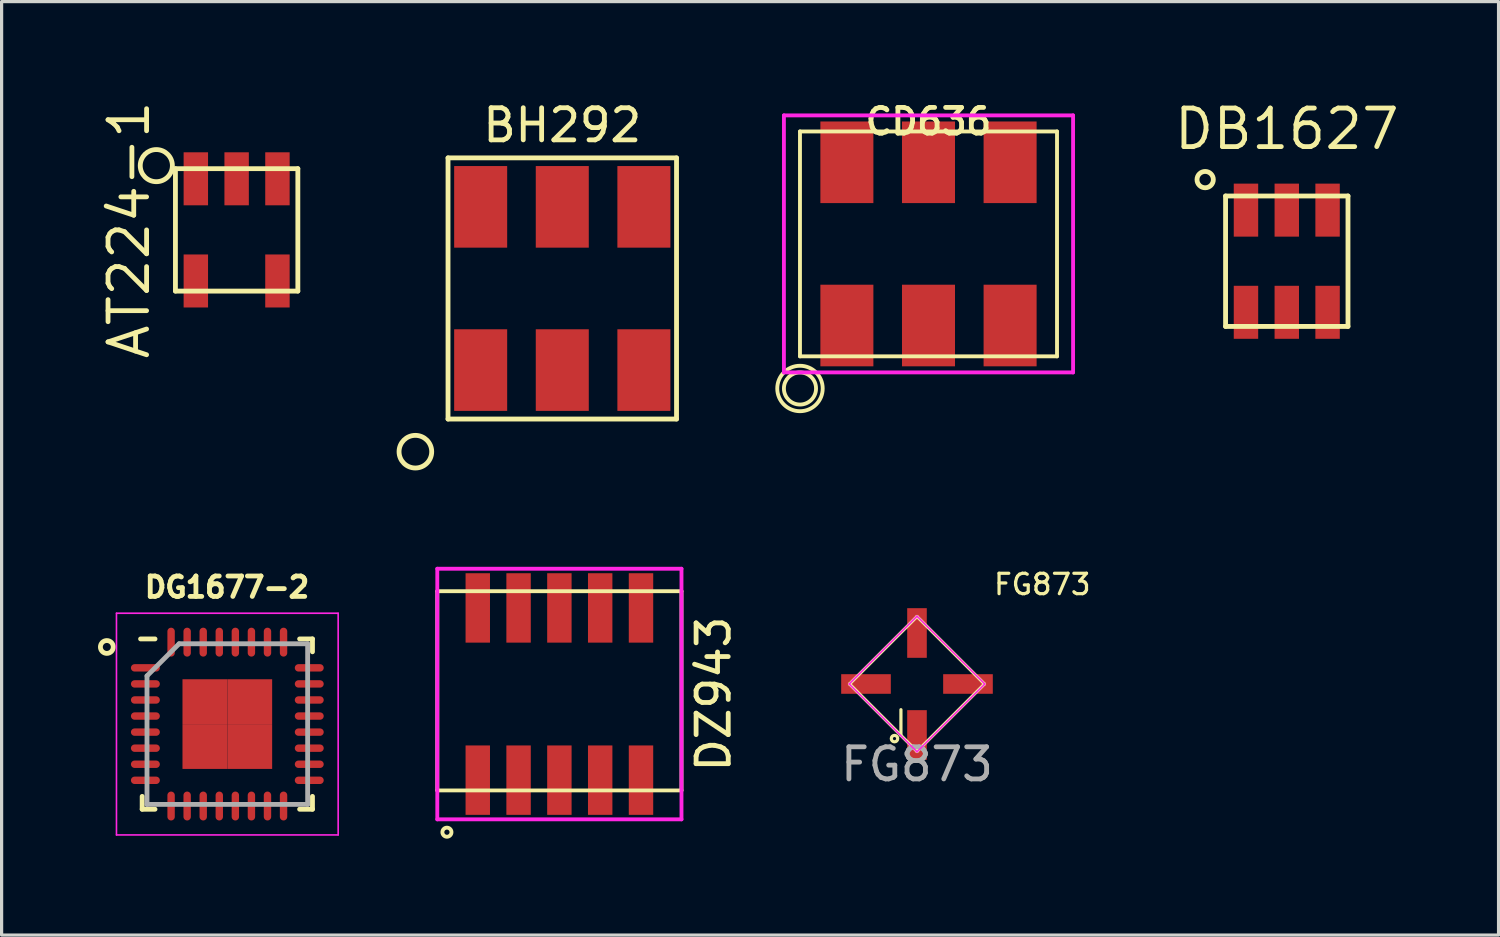
<source format=kicad_pcb>
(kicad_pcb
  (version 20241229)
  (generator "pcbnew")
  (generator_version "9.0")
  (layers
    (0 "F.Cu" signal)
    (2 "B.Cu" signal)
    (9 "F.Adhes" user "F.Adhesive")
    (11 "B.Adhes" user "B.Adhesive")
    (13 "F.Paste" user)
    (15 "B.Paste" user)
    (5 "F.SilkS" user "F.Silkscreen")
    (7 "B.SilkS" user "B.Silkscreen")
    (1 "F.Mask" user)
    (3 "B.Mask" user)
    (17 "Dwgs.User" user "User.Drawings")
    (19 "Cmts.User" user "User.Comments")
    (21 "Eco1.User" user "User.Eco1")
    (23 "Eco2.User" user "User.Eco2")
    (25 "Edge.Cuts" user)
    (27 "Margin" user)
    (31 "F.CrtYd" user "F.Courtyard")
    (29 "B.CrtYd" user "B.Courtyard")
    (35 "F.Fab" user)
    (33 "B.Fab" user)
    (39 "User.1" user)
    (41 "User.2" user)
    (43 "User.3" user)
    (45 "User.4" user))
  (footprint "DZ943"
    (layer "F.Cu")
    (at 14.36 18.551)
    (property "Reference" "DZ943" (at 4.8 0 90) (layer "F.SilkS") (effects (font (size 1 1) (thickness 0.15))))
    (attr through_hole)
    (fp_line (start -3.8 -3.2) (end 3.8 -3.2) (stroke (width 0.12) (type solid)) (layer "F.SilkS"))
    (fp_line (start -3.8 3) (end -3.8 -3.2) (stroke (width 0.12) (type solid)) (layer "F.SilkS"))
    (fp_line (start 3.8 -3.2) (end 3.8 3) (stroke (width 0.12) (type solid)) (layer "F.SilkS"))
    (fp_line (start 3.8 3) (end -3.8 3) (stroke (width 0.12) (type solid)) (layer "F.SilkS"))
    (fp_circle (center -3.5 4.3) (end -3.4 4.2) (stroke (width 0.12) (type solid)) (fill no) (layer "F.SilkS"))
    (fp_line (start -3.8 -3.9) (end 3.8 -3.9) (stroke (width 0.12) (type solid)) (layer "F.CrtYd"))
    (fp_line (start -3.8 3.9) (end -3.8 -3.9) (stroke (width 0.12) (type solid)) (layer "F.CrtYd"))
    (fp_line (start 3.8 -3.9) (end 3.8 3.9) (stroke (width 0.12) (type solid)) (layer "F.CrtYd"))
    (fp_line (start 3.8 3.9) (end -3.8 3.9) (stroke (width 0.12) (type solid)) (layer "F.CrtYd"))
    (pad "1" smd rect (at -2.54 2.68) (size 0.76 2.16) (layers "F.Cu" "F.Mask" "F.Paste"))
    (pad "2" smd rect (at -1.27 2.68) (size 0.76 2.16) (layers "F.Cu" "F.Mask" "F.Paste"))
    (pad "3" smd rect (at 0 2.68) (size 0.76 2.16) (layers "F.Cu" "F.Mask" "F.Paste"))
    (pad "4" smd rect (at 1.27 2.68) (size 0.76 2.16) (layers "F.Cu" "F.Mask" "F.Paste"))
    (pad "5" smd rect (at 2.54 2.68) (size 0.76 2.16) (layers "F.Cu" "F.Mask" "F.Paste"))
    (pad "6" smd rect (at 2.54 -2.68) (size 0.76 2.16) (layers "F.Cu" "F.Mask" "F.Paste"))
    (pad "7" smd rect (at 1.27 -2.68) (size 0.76 2.16) (layers "F.Cu" "F.Mask" "F.Paste"))
    (pad "8" smd rect (at 0 -2.68) (size 0.76 2.16) (layers "F.Cu" "F.Mask" "F.Paste"))
    (pad "9" smd rect (at -1.27 -2.68) (size 0.76 2.16) (layers "F.Cu" "F.Mask" "F.Paste"))
    (pad "10" smd rect (at -2.54 -2.68) (size 0.76 2.16) (layers "F.Cu" "F.Mask" "F.Paste")))
  (footprint "FG873"
    (layer "F.Cu")
    (at 25.49 18.238)
    (property "Reference" "FG873" (at 3.9 -3.1 0) (unlocked yes) (layer "F.SilkS") (effects (font (size 0.635 0.635) (thickness 0.1))))
    (attr smd)
    (fp_line (start -2.1 0) (end 0 2.1) (stroke (width 0.1) (type default)) (layer "F.SilkS"))
    (fp_line (start -0.5 1.6) (end -0.5 0.8) (stroke (width 0.1) (type default)) (layer "F.SilkS"))
    (fp_line (start 0 -2.1) (end -2.1 0) (stroke (width 0.1) (type default)) (layer "F.SilkS"))
    (fp_line (start 0 2.1) (end 2.1 0) (stroke (width 0.1) (type default)) (layer "F.SilkS"))
    (fp_line (start 2.1 0) (end 0 -2.1) (stroke (width 0.1) (type default)) (layer "F.SilkS"))
    (fp_circle (center -0.7 1.7) (end -0.6 1.7) (stroke (width 0.1) (type default)) (fill no) (layer "F.SilkS"))
    (fp_line (start -2.111 0) (end 0 -2.111) (stroke (width 0.05) (type solid)) (layer "F.CrtYd"))
    (fp_line (start 0 -2.111) (end 2.111 0) (stroke (width 0.05) (type default)) (layer "F.CrtYd"))
    (fp_line (start 0 2.111) (end -2.111 0) (stroke (width 0.05) (type default)) (layer "F.CrtYd"))
    (fp_line (start 2.111 0) (end 0 2.111) (stroke (width 0.05) (type solid)) (layer "F.CrtYd"))
    (fp_text user "${REFERENCE}" (at 0 2.5 0) (unlocked yes) (layer "F.Fab") (effects (font (size 1 1) (thickness 0.15))))
    (pad "1" smd rect (at 0 1.587) (size 0.61 1.545) (layers "F.Cu" "F.Mask" "F.Paste"))
    (pad "2" smd rect (at 1.587 0 90) (size 0.61 1.545) (layers "F.Cu" "F.Mask" "F.Paste"))
    (pad "3" smd rect (at 0 -1.587) (size 0.61 1.545) (layers "F.Cu" "F.Mask" "F.Paste"))
    (pad "4" smd rect (at -1.587 0 90) (size 0.61 1.545) (layers "F.Cu" "F.Mask" "F.Paste")))
  (footprint "DG1677-2"
    (layer "F.Cu")
    (at 4.025 19.486)
    (property "Reference" "DG1677-2" (at -0.01 -4.26 0) (layer "F.SilkS") (effects (font (size 0.635 0.635) (thickness 0.15))))
    (attr through_hole)
    (fp_line (start -2.65 2.65) (end -2.65 2.25) (stroke (width 0.15) (type default)) (layer "F.SilkS"))
    (fp_line (start -2.25 -2.65) (end -2.7 -2.65) (stroke (width 0.15) (type default)) (layer "F.SilkS"))
    (fp_line (start -2.25 2.65) (end -2.65 2.65) (stroke (width 0.15) (type default)) (layer "F.SilkS"))
    (fp_line (start 2.25 -2.65) (end 2.65 -2.65) (stroke (width 0.15) (type default)) (layer "F.SilkS"))
    (fp_line (start 2.25 2.65) (end 2.65 2.65) (stroke (width 0.15) (type default)) (layer "F.SilkS"))
    (fp_line (start 2.65 -2.65) (end 2.65 -2.25) (stroke (width 0.15) (type default)) (layer "F.SilkS"))
    (fp_line (start 2.65 2.65) (end 2.65 2.25) (stroke (width 0.15) (type default)) (layer "F.SilkS"))
    (fp_circle (center -3.75 -2.4) (end -3.75 -2.2) (stroke (width 0.15) (type default)) (fill no) (layer "F.SilkS"))
    (fp_line (start -3.45 -3.45) (end 3.45 -3.45) (stroke (width 0.05) (type default)) (layer "F.CrtYd"))
    (fp_line (start -3.45 3.45) (end -3.45 -3.45) (stroke (width 0.05) (type default)) (layer "F.CrtYd"))
    (fp_line (start 3.45 -3.45) (end 3.45 3.45) (stroke (width 0.05) (type default)) (layer "F.CrtYd"))
    (fp_line (start 3.45 3.45) (end -3.45 3.45) (stroke (width 0.05) (type default)) (layer "F.CrtYd"))
    (fp_line (start -2.5 -1.5) (end -2.5 2.5) (stroke (width 0.15) (type default)) (layer "F.Fab"))
    (fp_line (start -2.5 2.5) (end 2.5 2.5) (stroke (width 0.15) (type default)) (layer "F.Fab"))
    (fp_line (start -1.5 -2.5) (end -2.5 -1.5) (stroke (width 0.15) (type default)) (layer "F.Fab"))
    (fp_line (start 2.5 -2.5) (end -1.5 -2.5) (stroke (width 0.15) (type default)) (layer "F.Fab"))
    (fp_line (start 2.5 2.5) (end 2.5 -2.5) (stroke (width 0.15) (type default)) (layer "F.Fab"))
    (pad "1" smd oval (at -2.55 -1.75 90) (size 0.23 0.9) (layers "F.Cu" "F.Mask" "F.Paste"))
    (pad "2" smd oval (at -2.55 -1.25 90) (size 0.23 0.9) (layers "F.Cu" "F.Mask" "F.Paste"))
    (pad "3" smd oval (at -2.55 -0.75 90) (size 0.23 0.9) (layers "F.Cu" "F.Mask" "F.Paste"))
    (pad "4" smd oval (at -2.55 -0.25 90) (size 0.23 0.9) (layers "F.Cu" "F.Mask" "F.Paste"))
    (pad "5" smd oval (at -2.55 0.25 90) (size 0.23 0.9) (layers "F.Cu" "F.Mask" "F.Paste"))
    (pad "6" smd oval (at -2.55 0.75 90) (size 0.23 0.9) (layers "F.Cu" "F.Mask" "F.Paste"))
    (pad "7" smd oval (at -2.55 1.25 90) (size 0.23 0.9) (layers "F.Cu" "F.Mask" "F.Paste"))
    (pad "8" smd oval (at -2.55 1.75 90) (size 0.23 0.9) (layers "F.Cu" "F.Mask" "F.Paste"))
    (pad "9" smd oval (at -1.75 2.55) (size 0.23 0.9) (layers "F.Cu" "F.Mask" "F.Paste"))
    (pad "10" smd oval (at -1.25 2.55) (size 0.23 0.9) (layers "F.Cu" "F.Mask" "F.Paste"))
    (pad "11" smd oval (at -0.75 2.55) (size 0.23 0.9) (layers "F.Cu" "F.Mask" "F.Paste"))
    (pad "12" smd oval (at -0.25 2.55) (size 0.23 0.9) (layers "F.Cu" "F.Mask" "F.Paste"))
    (pad "13" smd oval (at 0.25 2.55) (size 0.23 0.9) (layers "F.Cu" "F.Mask" "F.Paste"))
    (pad "14" smd oval (at 0.75 2.55) (size 0.23 0.9) (layers "F.Cu" "F.Mask" "F.Paste"))
    (pad "15" smd oval (at 1.25 2.55) (size 0.23 0.9) (layers "F.Cu" "F.Mask" "F.Paste"))
    (pad "16" smd oval (at 1.75 2.55) (size 0.23 0.9) (layers "F.Cu" "F.Mask" "F.Paste"))
    (pad "17" smd oval (at 2.55 1.75 90) (size 0.23 0.9) (layers "F.Cu" "F.Mask" "F.Paste"))
    (pad "18" smd oval (at 2.55 1.25 90) (size 0.23 0.9) (layers "F.Cu" "F.Mask" "F.Paste"))
    (pad "19" smd oval (at 2.55 0.75 90) (size 0.23 0.9) (layers "F.Cu" "F.Mask" "F.Paste"))
    (pad "20" smd oval (at 2.55 0.25 90) (size 0.23 0.9) (layers "F.Cu" "F.Mask" "F.Paste"))
    (pad "21" smd oval (at 2.55 -0.25 90) (size 0.23 0.9) (layers "F.Cu" "F.Mask" "F.Paste"))
    (pad "22" smd oval (at 2.55 -0.75 90) (size 0.23 0.9) (layers "F.Cu" "F.Mask" "F.Paste"))
    (pad "23" smd oval (at 2.55 -1.25 90) (size 0.23 0.9) (layers "F.Cu" "F.Mask" "F.Paste"))
    (pad "24" smd oval (at 2.55 -1.75 90) (size 0.23 0.9) (layers "F.Cu" "F.Mask" "F.Paste"))
    (pad "25" smd oval (at 1.75 -2.55) (size 0.23 0.9) (layers "F.Cu" "F.Mask" "F.Paste"))
    (pad "26" smd oval (at 1.25 -2.55) (size 0.23 0.9) (layers "F.Cu" "F.Mask" "F.Paste"))
    (pad "27" smd oval (at 0.75 -2.55) (size 0.23 0.9) (layers "F.Cu" "F.Mask" "F.Paste"))
    (pad "28" smd oval (at 0.25 -2.55) (size 0.23 0.9) (layers "F.Cu" "F.Mask" "F.Paste"))
    (pad "29" smd oval (at -0.25 -2.55) (size 0.23 0.9) (layers "F.Cu" "F.Mask" "F.Paste"))
    (pad "30" smd oval (at -0.75 -2.55) (size 0.23 0.9) (layers "F.Cu" "F.Mask" "F.Paste"))
    (pad "31" smd oval (at -1.25 -2.55) (size 0.23 0.9) (layers "F.Cu" "F.Mask" "F.Paste"))
    (pad "32" smd oval (at -1.75 -2.55) (size 0.23 0.9) (layers "F.Cu" "F.Mask" "F.Paste"))
    (pad "33" smd rect (at -0.698 -0.698) (size 1.395 1.395) (layers "F.Cu" "F.Mask" "F.Paste"))
    (pad "33" smd rect (at -0.698 0.698) (size 1.395 1.395) (layers "F.Cu" "F.Mask" "F.Paste"))
    (pad "33" smd rect (at 0.698 -0.698) (size 1.395 1.395) (layers "F.Cu" "F.Mask" "F.Paste"))
    (pad "33" smd rect (at 0.698 0.698) (size 1.395 1.395) (layers "F.Cu" "F.Mask" "F.Paste")))
  (footprint "AT224-1"
    (layer "F.Cu")
    (at 4.315 4.105)
    (property "Reference" "AT224-1" (at -3.35 0 90) (layer "F.SilkS") (effects (font (size 1.2 1.2) (thickness 0.15))))
    (attr smd)
    (fp_line (start -1.905 -1.905) (end 1.905 -1.905) (stroke (width 0.15) (type solid)) (layer "F.SilkS"))
    (fp_line (start -1.905 1.905) (end -1.905 -1.905) (stroke (width 0.15) (type solid)) (layer "F.SilkS"))
    (fp_line (start 1.905 -1.905) (end 1.905 1.905) (stroke (width 0.15) (type solid)) (layer "F.SilkS"))
    (fp_line (start 1.905 1.905) (end -1.905 1.905) (stroke (width 0.15) (type solid)) (layer "F.SilkS"))
    (fp_circle (center -2.5 -2) (end -2.5 -1.5) (stroke (width 0.15) (type solid)) (fill no) (layer "F.SilkS"))
    (pad "1" smd rect (at -1.27 -1.59) (size 0.76 1.65) (layers "F.Cu" "F.Mask" "F.Paste"))
    (pad "2" smd rect (at 0 -1.59) (size 0.76 1.65) (layers "F.Cu" "F.Mask" "F.Paste"))
    (pad "3" smd rect (at 1.27 -1.59) (size 0.76 1.65) (layers "F.Cu" "F.Mask" "F.Paste"))
    (pad "4" smd rect (at 1.27 1.59) (size 0.76 1.65) (layers "F.Cu" "F.Mask" "F.Paste"))
    (pad "6" smd rect (at -1.27 1.59) (size 0.76 1.65) (layers "F.Cu" "F.Mask" "F.Paste")))
  (footprint "DB1627"
    (layer "F.Cu")
    (at 36.999 5.08)
    (property "Reference" "DB1627" (at 0 -4.115 180) (layer "F.SilkS") (effects (font (size 1.2 1.2) (thickness 0.15))))
    (attr through_hole)
    (fp_line (start -1.905 -2.03) (end 1.905 -2.03) (stroke (width 0.15) (type solid)) (layer "F.SilkS"))
    (fp_line (start -1.905 2.03) (end -1.905 -2.03) (stroke (width 0.15) (type solid)) (layer "F.SilkS"))
    (fp_line (start 1.905 -2.03) (end 1.905 2.03) (stroke (width 0.15) (type solid)) (layer "F.SilkS"))
    (fp_line (start 1.905 2.03) (end -1.905 2.03) (stroke (width 0.15) (type solid)) (layer "F.SilkS"))
    (fp_circle (center -2.54 -2.54) (end -2.286 -2.54) (stroke (width 0.15) (type solid)) (fill no) (layer "F.SilkS"))
    (pad "1" smd rect (at -1.27 -1.59) (size 0.76 1.65) (layers "F.Cu" "F.Mask" "F.Paste"))
    (pad "2" smd rect (at 0 -1.59) (size 0.76 1.65) (layers "F.Cu" "F.Mask" "F.Paste"))
    (pad "3" smd rect (at 1.27 -1.59) (size 0.76 1.65) (layers "F.Cu" "F.Mask" "F.Paste"))
    (pad "4" smd rect (at 1.27 1.59) (size 0.76 1.65) (layers "F.Cu" "F.Mask" "F.Paste"))
    (pad "5" smd rect (at 0 1.59) (size 0.76 1.65) (layers "F.Cu" "F.Mask" "F.Paste"))
    (pad "6" smd rect (at -1.27 1.59) (size 0.76 1.65) (layers "F.Cu" "F.Mask" "F.Paste")))
  (footprint "CD636"
    (layer "F.Cu")
    (at 25.848 4.541)
    (property "Reference" "CD636" (at 0 -3.81 0) (layer "F.SilkS") (effects (font (size 0.8 0.8) (thickness 0.15))))
    (attr through_hole)
    (fp_line (start -4 -3.5) (end 4 -3.5) (stroke (width 0.12) (type solid)) (layer "F.SilkS"))
    (fp_line (start -4 3.5) (end -4 -3.5) (stroke (width 0.12) (type solid)) (layer "F.SilkS"))
    (fp_line (start 4 -3.5) (end 4 3.5) (stroke (width 0.12) (type solid)) (layer "F.SilkS"))
    (fp_line (start 4 3.5) (end -4 3.5) (stroke (width 0.12) (type solid)) (layer "F.SilkS"))
    (fp_circle (center -4 4.5) (end -4 5) (stroke (width 0.12) (type solid)) (fill no) (layer "F.SilkS"))
    (fp_circle (center -4 4.5) (end -3.5 5) (stroke (width 0.12) (type solid)) (fill no) (layer "F.SilkS"))
    (fp_line (start -4.5 -4) (end 4.5 -4) (stroke (width 0.12) (type solid)) (layer "F.CrtYd"))
    (fp_line (start -4.5 4) (end -4.5 -4) (stroke (width 0.12) (type solid)) (layer "F.CrtYd"))
    (fp_line (start 4.5 -4) (end 4.5 4) (stroke (width 0.12) (type solid)) (layer "F.CrtYd"))
    (fp_line (start 4.5 4) (end -4.5 4) (stroke (width 0.12) (type solid)) (layer "F.CrtYd"))
    (pad "1" smd rect (at -2.54 2.54) (size 1.65 2.54) (layers "F.Cu" "F.Mask" "F.Paste"))
    (pad "2" smd rect (at 0 2.54) (size 1.65 2.54) (layers "F.Cu" "F.Mask" "F.Paste"))
    (pad "3" smd rect (at 2.54 2.54) (size 1.65 2.54) (layers "F.Cu" "F.Mask" "F.Paste"))
    (pad "4" smd rect (at 2.54 -2.54) (size 1.65 2.54) (layers "F.Cu" "F.Mask" "F.Paste"))
    (pad "5" smd rect (at 0 -2.54) (size 1.65 2.54) (layers "F.Cu" "F.Mask" "F.Paste"))
    (pad "6" smd rect (at -2.54 -2.54) (size 1.65 2.54) (layers "F.Cu" "F.Mask" "F.Paste")))
  (footprint "BH292"
    (layer "F.Cu")
    (at 14.45 5.928)
    (property "Reference" "BH292" (at 0 -5.08 0) (layer "F.SilkS") (effects (font (size 1 1) (thickness 0.15))))
    (attr smd)
    (fp_line (start -3.556 -4.064) (end -3.556 4.064) (stroke (width 0.15) (type solid)) (layer "F.SilkS"))
    (fp_line (start -3.556 4.064) (end 3.556 4.064) (stroke (width 0.15) (type solid)) (layer "F.SilkS"))
    (fp_line (start 3.556 -4.064) (end -3.556 -4.064) (stroke (width 0.15) (type solid)) (layer "F.SilkS"))
    (fp_line (start 3.556 4.064) (end 3.556 -4.064) (stroke (width 0.15) (type solid)) (layer "F.SilkS"))
    (fp_circle (center -4.572 5.08) (end -4.064 5.08) (stroke (width 0.15) (type solid)) (fill no) (layer "F.SilkS"))
    (pad "1" smd rect (at -2.54 2.54) (size 1.65 2.54) (layers "F.Cu" "F.Mask" "F.Paste"))
    (pad "2" smd rect (at 0 2.54) (size 1.65 2.54) (layers "F.Cu" "F.Mask" "F.Paste"))
    (pad "3" smd rect (at 2.54 2.54) (size 1.65 2.54) (layers "F.Cu" "F.Mask" "F.Paste"))
    (pad "4" smd rect (at 2.54 -2.54) (size 1.65 2.54) (layers "F.Cu" "F.Mask" "F.Paste"))
    (pad "5" smd rect (at 0 -2.54) (size 1.65 2.54) (layers "F.Cu" "F.Mask" "F.Paste"))
    (pad "6" smd rect (at -2.54 -2.54) (size 1.65 2.54) (layers "F.Cu" "F.Mask" "F.Paste")))
  (gr_rect
    (start -3 -3)
    (end 43.59 26.053)
    (stroke (width 0.1) (type default))
    (fill no)
    (layer "Edge.Cuts")))
</source>
